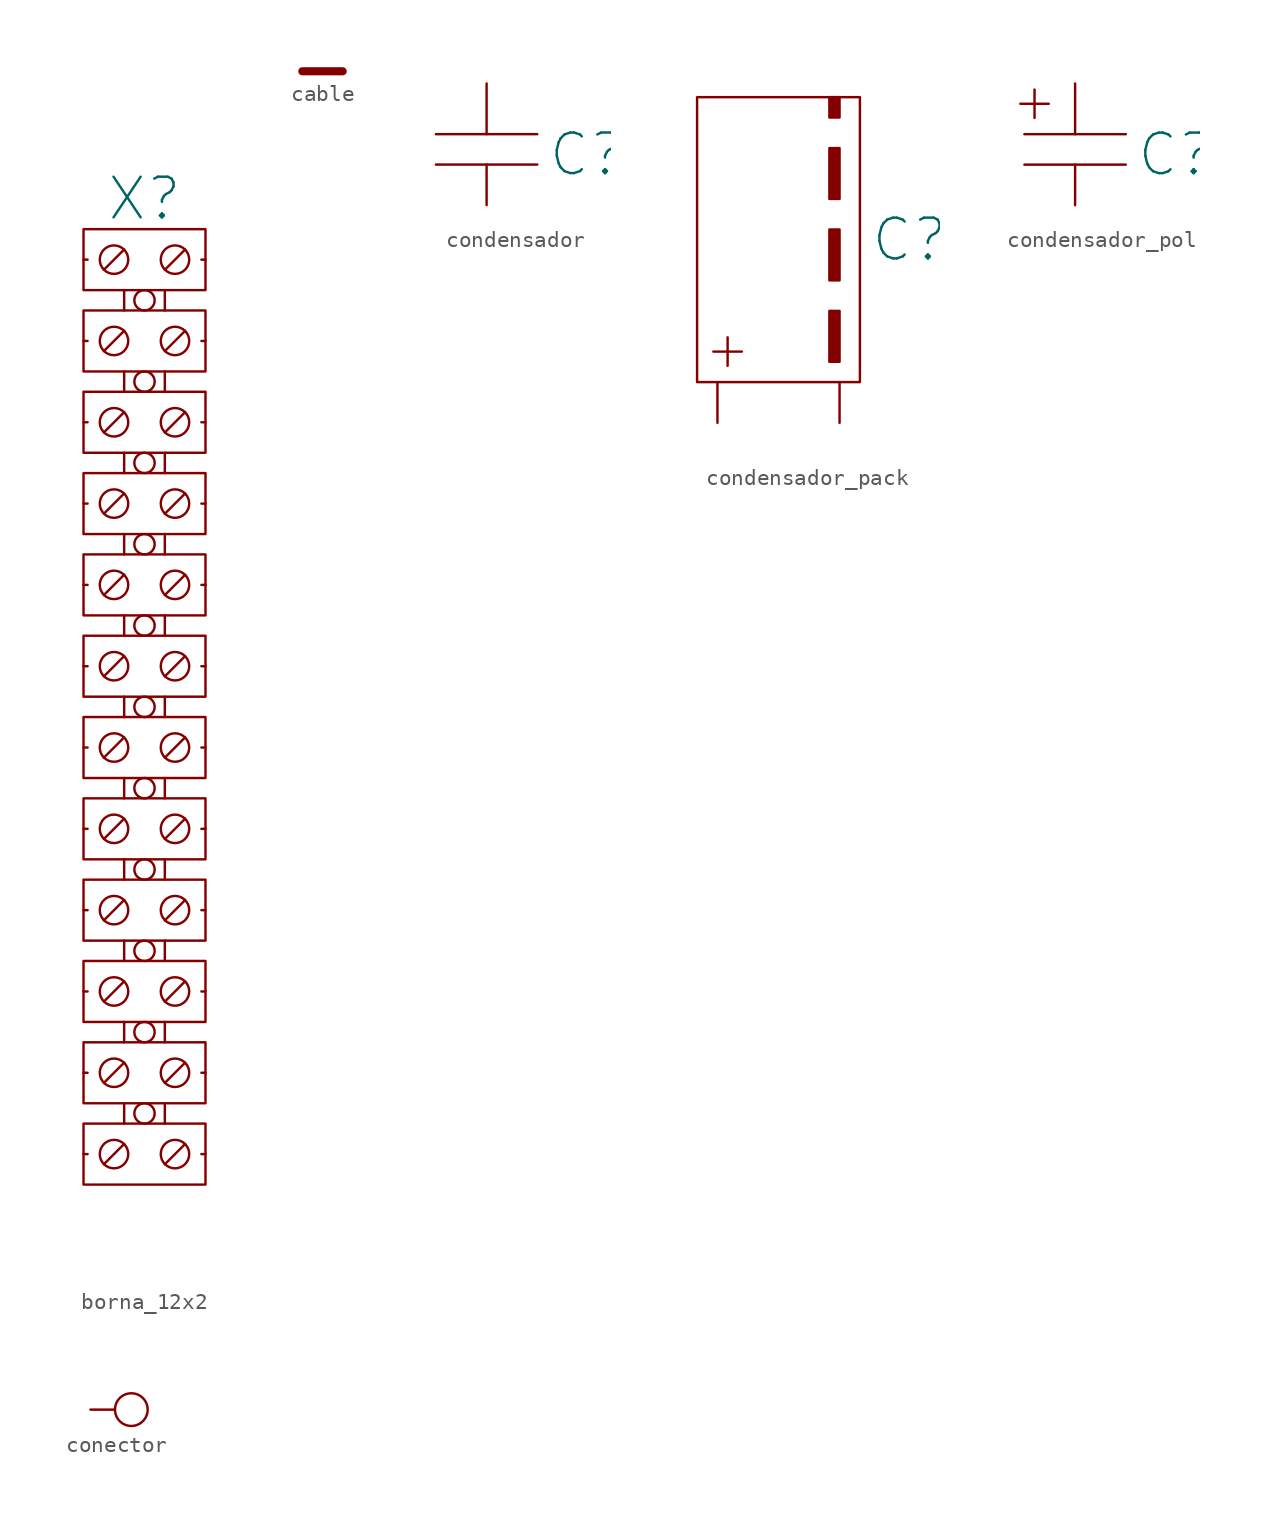
<source format=kicad_sym>
(kicad_symbol_lib
  (version 20220914)
  (generator kicad_symbol_editor)
  (symbol "borna_12x2"
    (pin_names
      (offset 1.016))
    (property "Reference" "X"
      (at 3.81 3.81 0)
      (effects (font (size 2.54 2.54))))
    (symbol "borna_12x2_0_1"
      (rectangle (start 0 -53.975) (end 7.62 -57.785) (stroke (width 0) (type default)) (fill (type none)))
      (rectangle (start 0 -48.895) (end 7.62 -52.705) (stroke (width 0) (type default)) (fill (type none)))
      (rectangle (start 0 -43.815) (end 7.62 -47.625) (stroke (width 0) (type default)) (fill (type none)))
      (rectangle (start 0 -38.735) (end 7.62 -42.545) (stroke (width 0) (type default)) (fill (type none)))
      (rectangle (start 0 -33.655) (end 7.62 -37.465) (stroke (width 0) (type default)) (fill (type none)))
      (rectangle (start 0 -28.575) (end 7.62 -32.385) (stroke (width 0) (type default)) (fill (type none)))
      (rectangle (start 0 -23.495) (end 7.62 -27.305) (stroke (width 0) (type default)) (fill (type none)))
      (rectangle (start 0 -18.415) (end 7.62 -22.225) (stroke (width 0) (type default)) (fill (type none)))
      (rectangle (start 0 -13.335) (end 7.62 -17.145) (stroke (width 0) (type default)) (fill (type none)))
      (rectangle (start 0 -8.255) (end 7.62 -12.065) (stroke (width 0) (type default)) (fill (type none)))
      (rectangle (start 0 -3.175) (end 7.62 -6.985) (stroke (width 0) (type default)) (fill (type none)))
      (polyline (pts (xy 1.27 -56.515) (xy 2.54 -55.245)) (stroke (width 0) (type default)) (fill (type none)))
      (polyline (pts (xy 1.27 -51.435) (xy 2.54 -50.165)) (stroke (width 0) (type default)) (fill (type none)))
      (polyline (pts (xy 1.27 -46.355) (xy 2.54 -45.085)) (stroke (width 0) (type default)) (fill (type none)))
      (polyline (pts (xy 1.27 -41.275) (xy 2.54 -40.005)) (stroke (width 0) (type default)) (fill (type none)))
      (polyline (pts (xy 1.27 -36.195) (xy 2.54 -34.925)) (stroke (width 0) (type default)) (fill (type none)))
      (polyline (pts (xy 1.27 -31.115) (xy 2.54 -29.845)) (stroke (width 0) (type default)) (fill (type none)))
      (polyline (pts (xy 1.27 -26.035) (xy 2.54 -24.765)) (stroke (width 0) (type default)) (fill (type none)))
      (polyline (pts (xy 1.27 -20.955) (xy 2.54 -19.685)) (stroke (width 0) (type default)) (fill (type none)))
      (polyline (pts (xy 1.27 -15.875) (xy 2.54 -14.605)) (stroke (width 0) (type default)) (fill (type none)))
      (polyline (pts (xy 1.27 -10.795) (xy 2.54 -9.525)) (stroke (width 0) (type default)) (fill (type none)))
      (polyline (pts (xy 1.27 -5.715) (xy 2.54 -4.445)) (stroke (width 0) (type default)) (fill (type none)))
      (polyline (pts (xy 1.27 -0.635) (xy 2.54 0.635)) (stroke (width 0) (type default)) (fill (type none)))
      (polyline (pts (xy 2.54 -53.975) (xy 2.54 -52.705)) (stroke (width 0) (type default)) (fill (type none)))
      (polyline (pts (xy 2.54 -48.895) (xy 2.54 -47.625)) (stroke (width 0) (type default)) (fill (type none)))
      (polyline (pts (xy 2.54 -43.815) (xy 2.54 -42.545)) (stroke (width 0) (type default)) (fill (type none)))
      (polyline (pts (xy 2.54 -38.735) (xy 2.54 -37.465)) (stroke (width 0) (type default)) (fill (type none)))
      (polyline (pts (xy 2.54 -33.655) (xy 2.54 -32.385)) (stroke (width 0) (type default)) (fill (type none)))
      (polyline (pts (xy 2.54 -28.575) (xy 2.54 -27.305)) (stroke (width 0) (type default)) (fill (type none)))
      (polyline (pts (xy 2.54 -23.495) (xy 2.54 -22.225)) (stroke (width 0) (type default)) (fill (type none)))
      (polyline (pts (xy 2.54 -18.415) (xy 2.54 -17.145)) (stroke (width 0) (type default)) (fill (type none)))
      (polyline (pts (xy 2.54 -13.335) (xy 2.54 -12.065)) (stroke (width 0) (type default)) (fill (type none)))
      (polyline (pts (xy 2.54 -8.255) (xy 2.54 -6.985)) (stroke (width 0) (type default)) (fill (type none)))
      (polyline (pts (xy 2.54 -3.175) (xy 2.54 -1.905)) (stroke (width 0) (type default)) (fill (type none)))
      (polyline (pts (xy 5.08 -56.515) (xy 6.35 -55.245)) (stroke (width 0) (type default)) (fill (type none)))
      (polyline (pts (xy 5.08 -53.975) (xy 5.08 -52.705)) (stroke (width 0) (type default)) (fill (type none)))
      (polyline (pts (xy 5.08 -51.435) (xy 6.35 -50.165)) (stroke (width 0) (type default)) (fill (type none)))
      (polyline (pts (xy 5.08 -48.895) (xy 5.08 -47.625)) (stroke (width 0) (type default)) (fill (type none)))
      (polyline (pts (xy 5.08 -46.355) (xy 6.35 -45.085)) (stroke (width 0) (type default)) (fill (type none)))
      (polyline (pts (xy 5.08 -43.815) (xy 5.08 -42.545)) (stroke (width 0) (type default)) (fill (type none)))
      (polyline (pts (xy 5.08 -41.275) (xy 6.35 -40.005)) (stroke (width 0) (type default)) (fill (type none)))
      (polyline (pts (xy 5.08 -38.735) (xy 5.08 -37.465)) (stroke (width 0) (type default)) (fill (type none)))
      (polyline (pts (xy 5.08 -36.195) (xy 6.35 -34.925)) (stroke (width 0) (type default)) (fill (type none)))
      (polyline (pts (xy 5.08 -33.655) (xy 5.08 -32.385)) (stroke (width 0) (type default)) (fill (type none)))
      (polyline (pts (xy 5.08 -31.115) (xy 6.35 -29.845)) (stroke (width 0) (type default)) (fill (type none)))
      (polyline (pts (xy 5.08 -28.575) (xy 5.08 -27.305)) (stroke (width 0) (type default)) (fill (type none)))
      (polyline (pts (xy 5.08 -26.035) (xy 6.35 -24.765)) (stroke (width 0) (type default)) (fill (type none)))
      (polyline (pts (xy 5.08 -23.495) (xy 5.08 -22.225)) (stroke (width 0) (type default)) (fill (type none)))
      (polyline (pts (xy 5.08 -20.955) (xy 6.35 -19.685)) (stroke (width 0) (type default)) (fill (type none)))
      (polyline (pts (xy 5.08 -18.415) (xy 5.08 -17.145)) (stroke (width 0) (type default)) (fill (type none)))
      (polyline (pts (xy 5.08 -15.875) (xy 6.35 -14.605)) (stroke (width 0) (type default)) (fill (type none)))
      (polyline (pts (xy 5.08 -13.335) (xy 5.08 -12.065)) (stroke (width 0) (type default)) (fill (type none)))
      (polyline (pts (xy 5.08 -10.795) (xy 6.35 -9.525)) (stroke (width 0) (type default)) (fill (type none)))
      (polyline (pts (xy 5.08 -8.255) (xy 5.08 -6.985)) (stroke (width 0) (type default)) (fill (type none)))
      (polyline (pts (xy 5.08 -5.715) (xy 6.35 -4.445)) (stroke (width 0) (type default)) (fill (type none)))
      (polyline (pts (xy 5.08 -3.175) (xy 5.08 -1.905)) (stroke (width 0) (type default)) (fill (type none)))
      (polyline (pts (xy 5.08 -0.635) (xy 6.35 0.635)) (stroke (width 0) (type default)) (fill (type none)))
      (rectangle (start 0 1.905) (end 7.62 -1.905) (stroke (width 0) (type default)) (fill (type none)))
      (circle (center 1.905 -55.88) (radius 0.889) (stroke (width 0) (type default)) (fill (type none)))
      (circle (center 1.905 -50.8) (radius 0.889) (stroke (width 0) (type default)) (fill (type none)))
      (circle (center 1.905 -45.72) (radius 0.889) (stroke (width 0) (type default)) (fill (type none)))
      (circle (center 1.905 -40.64) (radius 0.889) (stroke (width 0) (type default)) (fill (type none)))
      (circle (center 1.905 -35.56) (radius 0.889) (stroke (width 0) (type default)) (fill (type none)))
      (circle (center 1.905 -30.48) (radius 0.889) (stroke (width 0) (type default)) (fill (type none)))
      (circle (center 1.905 -25.4) (radius 0.889) (stroke (width 0) (type default)) (fill (type none)))
      (circle (center 1.905 -20.32) (radius 0.889) (stroke (width 0) (type default)) (fill (type none)))
      (circle (center 1.905 -15.24) (radius 0.889) (stroke (width 0) (type default)) (fill (type none)))
      (circle (center 1.905 -10.16) (radius 0.889) (stroke (width 0) (type default)) (fill (type none)))
      (circle (center 1.905 -5.08) (radius 0.889) (stroke (width 0) (type default)) (fill (type none)))
      (circle (center 1.905 0) (radius 0.889) (stroke (width 0) (type default)) (fill (type none)))
      (circle (center 3.81 -53.34) (radius 0.635) (stroke (width 0) (type default)) (fill (type none)))
      (circle (center 3.81 -48.26) (radius 0.635) (stroke (width 0) (type default)) (fill (type none)))
      (circle (center 3.81 -43.18) (radius 0.635) (stroke (width 0) (type default)) (fill (type none)))
      (circle (center 3.81 -38.1) (radius 0.635) (stroke (width 0) (type default)) (fill (type none)))
      (circle (center 3.81 -33.02) (radius 0.635) (stroke (width 0) (type default)) (fill (type none)))
      (circle (center 3.81 -27.94) (radius 0.635) (stroke (width 0) (type default)) (fill (type none)))
      (circle (center 3.81 -22.86) (radius 0.635) (stroke (width 0) (type default)) (fill (type none)))
      (circle (center 3.81 -17.78) (radius 0.635) (stroke (width 0) (type default)) (fill (type none)))
      (circle (center 3.81 -12.7) (radius 0.635) (stroke (width 0) (type default)) (fill (type none)))
      (circle (center 3.81 -7.62) (radius 0.635) (stroke (width 0) (type default)) (fill (type none)))
      (circle (center 3.81 -2.54) (radius 0.635) (stroke (width 0) (type default)) (fill (type none)))
      (circle (center 5.715 -55.88) (radius 0.889) (stroke (width 0) (type default)) (fill (type none)))
      (circle (center 5.715 -50.8) (radius 0.889) (stroke (width 0) (type default)) (fill (type none)))
      (circle (center 5.715 -45.72) (radius 0.889) (stroke (width 0) (type default)) (fill (type none)))
      (circle (center 5.715 -40.64) (radius 0.889) (stroke (width 0) (type default)) (fill (type none)))
      (circle (center 5.715 -35.56) (radius 0.889) (stroke (width 0) (type default)) (fill (type none)))
      (circle (center 5.715 -30.48) (radius 0.889) (stroke (width 0) (type default)) (fill (type none)))
      (circle (center 5.715 -25.4) (radius 0.889) (stroke (width 0) (type default)) (fill (type none)))
      (circle (center 5.715 -20.32) (radius 0.889) (stroke (width 0) (type default)) (fill (type none)))
      (circle (center 5.715 -15.24) (radius 0.889) (stroke (width 0) (type default)) (fill (type none)))
      (circle (center 5.715 -10.16) (radius 0.889) (stroke (width 0) (type default)) (fill (type none)))
      (circle (center 5.715 -5.08) (radius 0.889) (stroke (width 0) (type default)) (fill (type none)))
      (circle (center 5.715 0) (radius 0.889) (stroke (width 0) (type default)) (fill (type none))))
    (symbol "borna_12x2_1_1"
      (pin input line (at 0 -55.88 0) (length 0.254) (name "" (effects (font (size 1.27 1.27)))) (number "" (effects (font (size 1.143 1.143)))))
      (pin input line (at 0 -50.8 0) (length 0.254) (name "" (effects (font (size 1.27 1.27)))) (number "" (effects (font (size 1.143 1.143)))))
      (pin input line (at 0 -45.72 0) (length 0.254) (name "" (effects (font (size 1.27 1.27)))) (number "" (effects (font (size 1.143 1.143)))))
      (pin input line (at 0 -40.64 0) (length 0.254) (name "" (effects (font (size 1.27 1.27)))) (number "" (effects (font (size 1.143 1.143)))))
      (pin input line (at 0 -35.56 0) (length 0.254) (name "" (effects (font (size 1.27 1.27)))) (number "" (effects (font (size 1.143 1.143)))))
      (pin input line (at 0 -30.48 0) (length 0.254) (name "" (effects (font (size 1.27 1.27)))) (number "" (effects (font (size 1.143 1.143)))))
      (pin input line (at 0 -25.4 0) (length 0.254) (name "" (effects (font (size 1.27 1.27)))) (number "" (effects (font (size 1.143 1.143)))))
      (pin input line (at 0 -20.32 0) (length 0.254) (name "" (effects (font (size 1.27 1.27)))) (number "" (effects (font (size 1.143 1.143)))))
      (pin input line (at 0 -15.24 0) (length 0.254) (name "" (effects (font (size 1.27 1.27)))) (number "" (effects (font (size 1.143 1.143)))))
      (pin input line (at 0 -10.16 0) (length 0.254) (name "" (effects (font (size 1.27 1.27)))) (number "" (effects (font (size 1.143 1.143)))))
      (pin input line (at 0 -5.08 0) (length 0.254) (name "" (effects (font (size 1.27 1.27)))) (number "" (effects (font (size 1.143 1.143)))))
      (pin input line (at 0 0 0) (length 0.254) (name "" (effects (font (size 1.27 1.27)))) (number "" (effects (font (size 1.143 1.143)))))
      (pin input line (at 7.62 -55.88 180) (length 0.254) (name "" (effects (font (size 1.27 1.27)))) (number "" (effects (font (size 1.143 1.143)))))
      (pin input line (at 7.62 -50.8 180) (length 0.254) (name "" (effects (font (size 1.27 1.27)))) (number "" (effects (font (size 1.143 1.143)))))
      (pin input line (at 7.62 -45.72 180) (length 0.254) (name "" (effects (font (size 1.27 1.27)))) (number "" (effects (font (size 1.143 1.143)))))
      (pin input line (at 7.62 -40.64 180) (length 0.254) (name "" (effects (font (size 1.27 1.27)))) (number "" (effects (font (size 1.143 1.143)))))
      (pin input line (at 7.62 -35.56 180) (length 0.254) (name "" (effects (font (size 1.27 1.27)))) (number "" (effects (font (size 1.143 1.143)))))
      (pin input line (at 7.62 -30.48 180) (length 0.254) (name "" (effects (font (size 1.27 1.27)))) (number "" (effects (font (size 1.143 1.143)))))
      (pin input line (at 7.62 -25.4 180) (length 0.254) (name "" (effects (font (size 1.27 1.27)))) (number "" (effects (font (size 1.143 1.143)))))
      (pin input line (at 7.62 -20.32 180) (length 0.254) (name "" (effects (font (size 1.27 1.27)))) (number "" (effects (font (size 1.143 1.143)))))
      (pin input line (at 7.62 -15.24 180) (length 0.254) (name "" (effects (font (size 1.27 1.27)))) (number "" (effects (font (size 1.143 1.143)))))
      (pin input line (at 7.62 -10.16 180) (length 0.254) (name "" (effects (font (size 1.27 1.27)))) (number "" (effects (font (size 1.143 1.143)))))
      (pin input line (at 7.62 -5.08 180) (length 0.254) (name "" (effects (font (size 1.27 1.27)))) (number "" (effects (font (size 1.143 1.143)))))
      (pin input line (at 7.62 0 180) (length 0.254) (name "" (effects (font (size 1.27 1.27)))) (number "" (effects (font (size 1.143 1.143)))))))
  (symbol "cable"
    (pin_names
      (offset 1.016))
    (property "Reference" "L"
      (at 0 2.54 0)
      (effects (font (size 1.27 1.27)) (justify left) hide))
    (symbol "cable_0_1"
      (polyline (pts (xy 0 0) (xy 2.54 0)) (stroke (width 0.508) (type default)) (fill (type none))))
    (symbol "cable_1_1"
      (pin input line (at 0 0 0) (length 1.778) (name "" (effects (font (size 1.27 1.27)))) (number "" (effects (font (size 1.143 1.143)))))
      (pin input line (at 2.54 0 180) (length 1.778) (name "" (effects (font (size 1.27 1.27)))) (number "" (effects (font (size 1.143 1.143)))))))
  (symbol "condensador"
    (pin_names
      (offset 1.016))
    (property "Reference" "C"
      (at 3.81 -4.445 0)
      (effects (font (size 2.54 2.54)) (justify left)))
    (symbol "condensador_0_1"
      (polyline (pts (xy -3.175 -3.175) (xy 3.175 -3.175)) (stroke (width 0) (type default)) (fill (type none)))
      (polyline (pts (xy 3.175 -5.08) (xy -3.175 -5.08)) (stroke (width 0) (type default)) (fill (type none))))
    (symbol "condensador_1_1"
      (pin input line (at 0 -7.62 90) (length 2.54) (name "" (effects (font (size 1.27 1.27)))) (number "" (effects (font (size 1.143 1.143)))))
      (pin input line (at 0 0 270) (length 3.175) (name "" (effects (font (size 1.27 1.27)))) (number "" (effects (font (size 1.143 1.143)))))))
  (symbol "condensador_pack"
    (pin_names
      (offset 1.016))
    (property "Reference" "C"
      (at 9.525 11.43 0)
      (effects (font (size 2.54 2.54)) (justify left)))
    (symbol "condensador_pack_0_1"
      (rectangle (start -1.27 2.54) (end 8.89 20.32) (stroke (width 0) (type default)) (fill (type none)))
      (polyline (pts (xy 0.635 5.334) (xy 0.635 3.556)) (stroke (width 0) (type default)) (fill (type none)))
      (polyline (pts (xy 1.524 4.445) (xy -0.254 4.445)) (stroke (width 0) (type default)) (fill (type none)))
      (rectangle (start 6.985 3.81) (end 7.62 6.985) (stroke (width 0) (type default)) (fill (type outline)))
      (rectangle (start 6.985 8.89) (end 7.62 12.065) (stroke (width 0) (type default)) (fill (type outline)))
      (rectangle (start 6.985 13.97) (end 7.62 17.145) (stroke (width 0) (type default)) (fill (type outline)))
      (rectangle (start 6.985 19.05) (end 7.62 20.32) (stroke (width 0) (type default)) (fill (type outline))))
    (symbol "condensador_pack_1_1"
      (pin input line (at 0 0 90) (length 2.54) (name "" (effects (font (size 1.27 1.27)))) (number "" (effects (font (size 1.143 1.143)))))
      (pin input line (at 7.62 0 90) (length 2.54) (name "" (effects (font (size 1.27 1.27)))) (number "" (effects (font (size 1.143 1.143)))))))
  (symbol "condensador_pol"
    (pin_names
      (offset 1.016))
    (property "Reference" "C"
      (at 3.81 -4.445 0)
      (effects (font (size 2.54 2.54)) (justify left)))
    (symbol "condensador_pol_0_1"
      (polyline (pts (xy -3.175 -3.175) (xy 3.175 -3.175)) (stroke (width 0) (type default)) (fill (type none)))
      (polyline (pts (xy -2.54 -0.381) (xy -2.54 -2.159)) (stroke (width 0) (type default)) (fill (type none)))
      (polyline (pts (xy -1.651 -1.27) (xy -3.429 -1.27)) (stroke (width 0) (type default)) (fill (type none)))
      (polyline (pts (xy 3.175 -5.08) (xy -3.175 -5.08)) (stroke (width 0) (type default)) (fill (type none))))
    (symbol "condensador_pol_1_1"
      (pin input line (at 0 -7.62 90) (length 2.54) (name "" (effects (font (size 1.27 1.27)))) (number "" (effects (font (size 1.143 1.143)))))
      (pin input line (at 0 0 270) (length 3.175) (name "" (effects (font (size 1.27 1.27)))) (number "" (effects (font (size 1.143 1.143)))))))
  (symbol "conector"
    (pin_names
      (offset 1.016))
    (property "Reference" "o"
      (at 3.81 -3.81 0)
      (effects (font (size 2.54 2.54)) hide))
    (symbol "conector_0_1"
      (circle (center 2.54 0) (radius 1.016) (stroke (width 0) (type default)) (fill (type none))))
    (symbol "conector_1_1"
      (pin input line (at 0 0 0) (length 1.524) (name "" (effects (font (size 1.27 1.27)))) (number "" (effects (font (size 1.143 1.143))))))))
</source>
